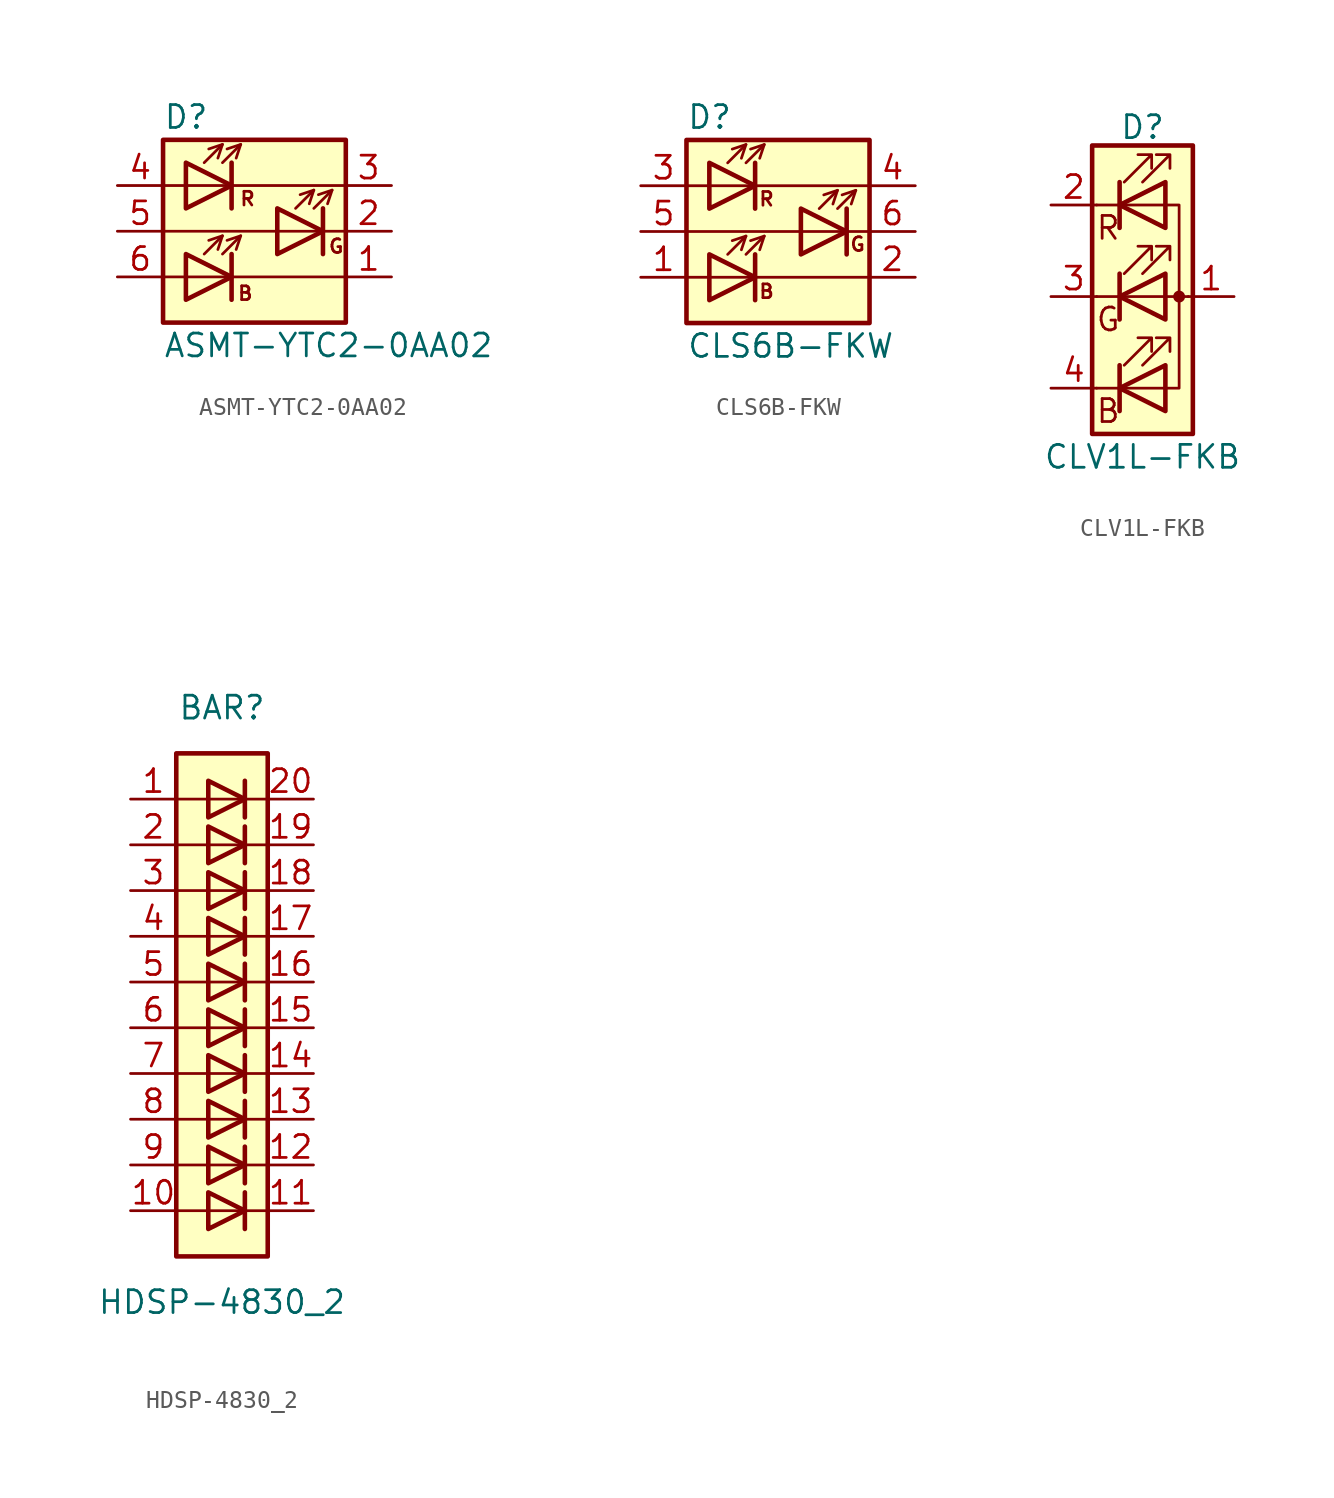
<source format=kicad_sym>
(kicad_symbol_lib
  (version 20220914)
  (generator kicad_symbol_editor)
  (symbol "ASMT-YTC2-0AA02"
    (pin_names hide)
    (property "Reference" "D"
      (at -5.08 6.35 0)
      (effects (font (size 1.27 1.27)) (justify left)))
    (property "Value" "ASMT-YTC2-0AA02"
      (at -5.08 -6.35 0)
      (effects (font (size 1.27 1.27)) (justify left)))
    (symbol "ASMT-YTC2-0AA02_0_0"
      (text "B" (at -0.508 -3.454 0) (effects (font (size 0.762 0.762))))
      (text "G" (at 4.547 -0.838 0) (effects (font (size 0.762 0.762))))
      (text "R" (at -0.381 1.803 0) (effects (font (size 0.762 0.762)))))
    (symbol "ASMT-YTC2-0AA02_0_1"
      (rectangle (start -5.08 5.08) (end 5.08 -5.08) (stroke (width 0.254) (type solid)) (fill (type background)))
      (polyline (pts (xy -5.08 -2.54) (xy 5.08 -2.54)) (stroke (width 0) (type solid)) (fill (type none)))
      (polyline (pts (xy -5.08 0) (xy 5.08 0)) (stroke (width 0) (type solid)) (fill (type none)))
      (polyline (pts (xy -5.08 2.54) (xy 5.08 2.54)) (stroke (width 0) (type solid)) (fill (type none)))
      (polyline (pts (xy -2.794 -1.27) (xy -1.778 -0.254)) (stroke (width 0) (type solid)) (fill (type none)))
      (polyline (pts (xy -2.794 3.81) (xy -1.778 4.826)) (stroke (width 0) (type solid)) (fill (type none)))
      (polyline (pts (xy -1.778 -1.27) (xy -0.762 -0.254)) (stroke (width 0) (type solid)) (fill (type none)))
      (polyline (pts (xy -1.778 3.81) (xy -0.762 4.826)) (stroke (width 0) (type solid)) (fill (type none)))
      (polyline (pts (xy -1.27 -1.27) (xy -1.27 -3.81)) (stroke (width 0.254) (type solid)) (fill (type none)))
      (polyline (pts (xy -1.27 3.81) (xy -1.27 1.27)) (stroke (width 0.254) (type solid)) (fill (type none)))
      (polyline (pts (xy 2.286 1.27) (xy 3.302 2.286)) (stroke (width 0) (type solid)) (fill (type none)))
      (polyline (pts (xy 3.302 1.27) (xy 4.318 2.286)) (stroke (width 0) (type solid)) (fill (type none)))
      (polyline (pts (xy 3.81 1.27) (xy 3.81 -1.27)) (stroke (width 0.254) (type solid)) (fill (type none)))
      (polyline (pts (xy -2.54 4.572) (xy -1.778 4.826) (xy -2.032 4.064)) (stroke (width 0) (type solid)) (fill (type none)))
      (polyline (pts (xy -2.032 -1.016) (xy -1.778 -0.254) (xy -2.54 -0.508)) (stroke (width 0) (type solid)) (fill (type none)))
      (polyline (pts (xy -1.524 -0.508) (xy -0.762 -0.254) (xy -1.016 -1.016)) (stroke (width 0) (type solid)) (fill (type none)))
      (polyline (pts (xy -1.524 4.572) (xy -0.762 4.826) (xy -1.016 4.064)) (stroke (width 0) (type solid)) (fill (type none)))
      (polyline (pts (xy 3.048 1.524) (xy 3.302 2.286) (xy 2.54 2.032)) (stroke (width 0) (type solid)) (fill (type none)))
      (polyline (pts (xy 3.556 2.032) (xy 4.318 2.286) (xy 4.064 1.524)) (stroke (width 0) (type solid)) (fill (type none)))
      (polyline (pts (xy -3.81 -1.27) (xy -3.81 -3.81) (xy -1.27 -2.54) (xy -3.81 -1.27)) (stroke (width 0.254) (type solid)) (fill (type none)))
      (polyline (pts (xy -3.81 3.81) (xy -3.81 1.27) (xy -1.27 2.54) (xy -3.81 3.81)) (stroke (width 0.254) (type solid)) (fill (type none)))
      (polyline (pts (xy 1.27 1.27) (xy 1.27 -1.27) (xy 3.81 0) (xy 1.27 1.27)) (stroke (width 0.254) (type solid)) (fill (type none))))
    (symbol "ASMT-YTC2-0AA02_1_1"
      (pin passive line (at 7.62 -2.54 180) (length 2.54) (name "KB" (effects (font (size 1.27 1.27)))) (number "1" (effects (font (size 1.27 1.27)))))
      (pin passive line (at 7.62 0 180) (length 2.54) (name "KG" (effects (font (size 1.27 1.27)))) (number "2" (effects (font (size 1.27 1.27)))))
      (pin passive line (at 7.62 2.54 180) (length 2.54) (name "KR" (effects (font (size 1.27 1.27)))) (number "3" (effects (font (size 1.27 1.27)))))
      (pin passive line (at -7.62 2.54 0) (length 2.54) (name "AR" (effects (font (size 1.27 1.27)))) (number "4" (effects (font (size 1.27 1.27)))))
      (pin passive line (at -7.62 0 0) (length 2.54) (name "AG" (effects (font (size 1.27 1.27)))) (number "5" (effects (font (size 1.27 1.27)))))
      (pin passive line (at -7.62 -2.54 0) (length 2.54) (name "AB" (effects (font (size 1.27 1.27)))) (number "6" (effects (font (size 1.27 1.27)))))))
  (symbol "CLS6B-FKW"
    (pin_names hide)
    (property "Reference" "D"
      (at -5.08 6.35 0)
      (effects (font (size 1.27 1.27)) (justify left)))
    (property "Value" "CLS6B-FKW"
      (at -5.08 -6.35 0)
      (effects (font (size 1.27 1.27)) (justify left)))
    (symbol "CLS6B-FKW_0_0"
      (text "B" (at -0.635 -3.327 0) (effects (font (size 0.762 0.762))))
      (text "G" (at 4.42 -0.711 0) (effects (font (size 0.762 0.762))))
      (text "R" (at -0.635 1.803 0) (effects (font (size 0.762 0.762)))))
    (symbol "CLS6B-FKW_0_1"
      (rectangle (start -5.08 5.08) (end 5.08 -5.08) (stroke (width 0.254) (type solid)) (fill (type background)))
      (polyline (pts (xy -5.08 -2.54) (xy 5.08 -2.54)) (stroke (width 0) (type solid)) (fill (type none)))
      (polyline (pts (xy -5.08 0) (xy 5.08 0)) (stroke (width 0) (type solid)) (fill (type none)))
      (polyline (pts (xy -5.08 2.54) (xy 5.08 2.54)) (stroke (width 0) (type solid)) (fill (type none)))
      (polyline (pts (xy -2.794 -1.27) (xy -1.778 -0.254)) (stroke (width 0) (type solid)) (fill (type none)))
      (polyline (pts (xy -2.794 3.81) (xy -1.778 4.826)) (stroke (width 0) (type solid)) (fill (type none)))
      (polyline (pts (xy -1.778 -1.27) (xy -0.762 -0.254)) (stroke (width 0) (type solid)) (fill (type none)))
      (polyline (pts (xy -1.778 3.81) (xy -0.762 4.826)) (stroke (width 0) (type solid)) (fill (type none)))
      (polyline (pts (xy -1.27 -1.27) (xy -1.27 -3.81)) (stroke (width 0.254) (type solid)) (fill (type none)))
      (polyline (pts (xy -1.27 3.81) (xy -1.27 1.27)) (stroke (width 0.254) (type solid)) (fill (type none)))
      (polyline (pts (xy 2.286 1.27) (xy 3.302 2.286)) (stroke (width 0) (type solid)) (fill (type none)))
      (polyline (pts (xy 3.302 1.27) (xy 4.318 2.286)) (stroke (width 0) (type solid)) (fill (type none)))
      (polyline (pts (xy 3.81 1.27) (xy 3.81 -1.27)) (stroke (width 0.254) (type solid)) (fill (type none)))
      (polyline (pts (xy -2.54 4.572) (xy -1.778 4.826) (xy -2.032 4.064)) (stroke (width 0) (type solid)) (fill (type none)))
      (polyline (pts (xy -2.032 -1.016) (xy -1.778 -0.254) (xy -2.54 -0.508)) (stroke (width 0) (type solid)) (fill (type none)))
      (polyline (pts (xy -1.524 -0.508) (xy -0.762 -0.254) (xy -1.016 -1.016)) (stroke (width 0) (type solid)) (fill (type none)))
      (polyline (pts (xy -1.524 4.572) (xy -0.762 4.826) (xy -1.016 4.064)) (stroke (width 0) (type solid)) (fill (type none)))
      (polyline (pts (xy 3.048 1.524) (xy 3.302 2.286) (xy 2.54 2.032)) (stroke (width 0) (type solid)) (fill (type none)))
      (polyline (pts (xy 3.556 2.032) (xy 4.318 2.286) (xy 4.064 1.524)) (stroke (width 0) (type solid)) (fill (type none)))
      (polyline (pts (xy -3.81 -1.27) (xy -3.81 -3.81) (xy -1.27 -2.54) (xy -3.81 -1.27)) (stroke (width 0.254) (type solid)) (fill (type none)))
      (polyline (pts (xy -3.81 3.81) (xy -3.81 1.27) (xy -1.27 2.54) (xy -3.81 3.81)) (stroke (width 0.254) (type solid)) (fill (type none)))
      (polyline (pts (xy 1.27 1.27) (xy 1.27 -1.27) (xy 3.81 0) (xy 1.27 1.27)) (stroke (width 0.254) (type solid)) (fill (type none))))
    (symbol "CLS6B-FKW_1_1"
      (pin passive line (at -7.62 -2.54 0) (length 2.54) (name "AB" (effects (font (size 1.27 1.27)))) (number "1" (effects (font (size 1.27 1.27)))))
      (pin passive line (at 7.62 -2.54 180) (length 2.54) (name "KB" (effects (font (size 1.27 1.27)))) (number "2" (effects (font (size 1.27 1.27)))))
      (pin passive line (at -7.62 2.54 0) (length 2.54) (name "AR" (effects (font (size 1.27 1.27)))) (number "3" (effects (font (size 1.27 1.27)))))
      (pin passive line (at 7.62 2.54 180) (length 2.54) (name "KR" (effects (font (size 1.27 1.27)))) (number "4" (effects (font (size 1.27 1.27)))))
      (pin passive line (at -7.62 0 0) (length 2.54) (name "AG" (effects (font (size 1.27 1.27)))) (number "5" (effects (font (size 1.27 1.27)))))
      (pin passive line (at 7.62 0 180) (length 2.54) (name "KR" (effects (font (size 1.27 1.27)))) (number "6" (effects (font (size 1.27 1.27)))))))
  (symbol "CLV1L-FKB"
    (pin_names
      (offset 0) hide)
    (property "Reference" "D"
      (at 0 9.398 0)
      (effects (font (size 1.27 1.27))))
    (property "Value" "CLV1L-FKB"
      (at 0 -8.89 0)
      (effects (font (size 1.27 1.27))))
    (symbol "CLV1L-FKB_0_0"
      (text "B" (at -1.905 -6.35 0) (effects (font (size 1.27 1.27))))
      (text "G" (at -1.905 -1.27 0) (effects (font (size 1.27 1.27))))
      (text "R" (at -1.905 3.81 0) (effects (font (size 1.27 1.27)))))
    (symbol "CLV1L-FKB_0_1"
      (polyline (pts (xy -2.54 -5.08) (xy 1.27 -5.08)) (stroke (width 0) (type solid)) (fill (type none)))
      (polyline (pts (xy -1.27 -3.81) (xy -1.27 -6.35)) (stroke (width 0.254) (type solid)) (fill (type none)))
      (polyline (pts (xy -1.27 1.27) (xy -1.27 -1.27)) (stroke (width 0.254) (type solid)) (fill (type none)))
      (polyline (pts (xy -1.27 6.35) (xy -1.27 3.81)) (stroke (width 0.254) (type solid)) (fill (type none)))
      (polyline (pts (xy 1.27 5.08) (xy -2.54 5.08)) (stroke (width 0) (type solid)) (fill (type none)))
      (polyline (pts (xy 2.54 0) (xy -2.54 0)) (stroke (width 0) (type solid)) (fill (type none)))
      (polyline (pts (xy 1.27 -5.08) (xy 2.032 -5.08) (xy 2.032 5.08) (xy 1.27 5.08)) (stroke (width 0) (type solid)) (fill (type none)))
      (polyline (pts (xy 1.27 -3.81) (xy 1.27 -6.35) (xy -1.27 -5.08) (xy 1.27 -3.81)) (stroke (width 0.254) (type solid)) (fill (type none)))
      (polyline (pts (xy 1.27 1.27) (xy 1.27 -1.27) (xy -1.27 0) (xy 1.27 1.27)) (stroke (width 0.254) (type solid)) (fill (type none)))
      (polyline (pts (xy 1.27 6.35) (xy 1.27 3.81) (xy -1.27 5.08) (xy 1.27 6.35)) (stroke (width 0.254) (type solid)) (fill (type none)))
      (polyline (pts (xy -1.016 -3.81) (xy 0.508 -2.286) (xy -0.254 -2.286) (xy 0.508 -2.286) (xy 0.508 -3.048)) (stroke (width 0) (type solid)) (fill (type none)))
      (polyline (pts (xy -1.016 1.27) (xy 0.508 2.794) (xy -0.254 2.794) (xy 0.508 2.794) (xy 0.508 2.032)) (stroke (width 0) (type solid)) (fill (type none)))
      (polyline (pts (xy -1.016 6.35) (xy 0.508 7.874) (xy -0.254 7.874) (xy 0.508 7.874) (xy 0.508 7.112)) (stroke (width 0) (type solid)) (fill (type none)))
      (polyline (pts (xy 0 -3.81) (xy 1.524 -2.286) (xy 0.762 -2.286) (xy 1.524 -2.286) (xy 1.524 -3.048)) (stroke (width 0) (type solid)) (fill (type none)))
      (polyline (pts (xy 0 1.27) (xy 1.524 2.794) (xy 0.762 2.794) (xy 1.524 2.794) (xy 1.524 2.032)) (stroke (width 0) (type solid)) (fill (type none)))
      (polyline (pts (xy 0 6.35) (xy 1.524 7.874) (xy 0.762 7.874) (xy 1.524 7.874) (xy 1.524 7.112)) (stroke (width 0) (type solid)) (fill (type none)))
      (rectangle (start 1.27 6.35) (end 1.27 6.35) (stroke (width 0) (type solid)) (fill (type none)))
      (circle (center 2.032 0) (radius 0.254) (stroke (width 0) (type solid)) (fill (type outline)))
      (rectangle (start 2.794 8.382) (end -2.794 -7.62) (stroke (width 0.254) (type solid)) (fill (type background))))
    (symbol "CLV1L-FKB_1_1"
      (pin passive line (at 5.08 0 180) (length 2.54) (name "A" (effects (font (size 1.27 1.27)))) (number "1" (effects (font (size 1.27 1.27)))))
      (pin passive line (at -5.08 5.08 0) (length 2.54) (name "RK" (effects (font (size 1.27 1.27)))) (number "2" (effects (font (size 1.27 1.27)))))
      (pin passive line (at -5.08 0 0) (length 2.54) (name "GK" (effects (font (size 1.27 1.27)))) (number "3" (effects (font (size 1.27 1.27)))))
      (pin passive line (at -5.08 -5.08 0) (length 2.54) (name "BK" (effects (font (size 1.27 1.27)))) (number "4" (effects (font (size 1.27 1.27)))))))
  (symbol "HDSP-4830_2"
    (pin_names
      (offset 1.016) hide)
    (property "Reference" "BAR"
      (at 0 15.24 0)
      (effects (font (size 1.27 1.27))))
    (property "Value" "HDSP-4830_2"
      (at 0 -17.78 0)
      (effects (font (size 1.27 1.27))))
    (symbol "HDSP-4830_2_0_1"
      (rectangle (start -2.54 12.7) (end 2.54 -15.24) (stroke (width 0.254) (type solid)) (fill (type background)))
      (polyline (pts (xy -2.54 -12.7) (xy 2.54 -12.7)) (stroke (width 0) (type solid)) (fill (type none)))
      (polyline (pts (xy -2.54 -10.16) (xy 2.54 -10.16)) (stroke (width 0) (type solid)) (fill (type none)))
      (polyline (pts (xy -2.54 -7.62) (xy 2.54 -7.62)) (stroke (width 0) (type solid)) (fill (type none)))
      (polyline (pts (xy -2.54 -5.08) (xy 2.54 -5.08)) (stroke (width 0) (type solid)) (fill (type none)))
      (polyline (pts (xy -2.54 0) (xy 2.54 0)) (stroke (width 0) (type solid)) (fill (type none)))
      (polyline (pts (xy -2.54 5.08) (xy 2.54 5.08)) (stroke (width 0) (type solid)) (fill (type none)))
      (polyline (pts (xy -2.54 7.62) (xy 2.54 7.62)) (stroke (width 0) (type solid)) (fill (type none)))
      (polyline (pts (xy -2.54 10.16) (xy 2.54 10.16)) (stroke (width 0) (type solid)) (fill (type none)))
      (polyline (pts (xy 1.27 -11.684) (xy 1.27 -13.716)) (stroke (width 0.254) (type solid)) (fill (type none)))
      (polyline (pts (xy 1.27 -9.144) (xy 1.27 -11.176)) (stroke (width 0.254) (type solid)) (fill (type none)))
      (polyline (pts (xy 1.27 -6.604) (xy 1.27 -8.636)) (stroke (width 0.254) (type solid)) (fill (type none)))
      (polyline (pts (xy 1.27 -4.064) (xy 1.27 -6.096)) (stroke (width 0.254) (type solid)) (fill (type none)))
      (polyline (pts (xy 1.27 -1.524) (xy 1.27 -3.556)) (stroke (width 0.254) (type solid)) (fill (type none)))
      (polyline (pts (xy 1.27 1.016) (xy 1.27 -1.016)) (stroke (width 0.254) (type solid)) (fill (type none)))
      (polyline (pts (xy 1.27 3.556) (xy 1.27 1.524)) (stroke (width 0.254) (type solid)) (fill (type none)))
      (polyline (pts (xy 1.27 6.096) (xy 1.27 4.064)) (stroke (width 0.254) (type solid)) (fill (type none)))
      (polyline (pts (xy 1.27 8.636) (xy 1.27 6.604)) (stroke (width 0.254) (type solid)) (fill (type none)))
      (polyline (pts (xy 1.27 11.176) (xy 1.27 9.144)) (stroke (width 0.254) (type solid)) (fill (type none)))
      (polyline (pts (xy 2.54 -2.54) (xy -2.54 -2.54)) (stroke (width 0) (type solid)) (fill (type none)))
      (polyline (pts (xy 2.54 2.54) (xy -2.54 2.54)) (stroke (width 0) (type solid)) (fill (type none)))
      (polyline (pts (xy -0.762 -11.684) (xy -0.762 -13.716) (xy 1.27 -12.7) (xy -0.762 -11.684)) (stroke (width 0.254) (type solid)) (fill (type none)))
      (polyline (pts (xy -0.762 -9.144) (xy -0.762 -11.176) (xy 1.27 -10.16) (xy -0.762 -9.144)) (stroke (width 0.254) (type solid)) (fill (type none)))
      (polyline (pts (xy -0.762 -6.604) (xy -0.762 -8.636) (xy 1.27 -7.62) (xy -0.762 -6.604)) (stroke (width 0.254) (type solid)) (fill (type none)))
      (polyline (pts (xy -0.762 -4.064) (xy -0.762 -6.096) (xy 1.27 -5.08) (xy -0.762 -4.064)) (stroke (width 0.254) (type solid)) (fill (type none)))
      (polyline (pts (xy -0.762 -1.524) (xy -0.762 -3.556) (xy 1.27 -2.54) (xy -0.762 -1.524)) (stroke (width 0.254) (type solid)) (fill (type none)))
      (polyline (pts (xy -0.762 1.016) (xy -0.762 -1.016) (xy 1.27 0) (xy -0.762 1.016)) (stroke (width 0.254) (type solid)) (fill (type none)))
      (polyline (pts (xy -0.762 3.556) (xy -0.762 1.524) (xy 1.27 2.54) (xy -0.762 3.556)) (stroke (width 0.254) (type solid)) (fill (type none)))
      (polyline (pts (xy -0.762 6.096) (xy -0.762 4.064) (xy 1.27 5.08) (xy -0.762 6.096)) (stroke (width 0.254) (type solid)) (fill (type none)))
      (polyline (pts (xy -0.762 8.636) (xy -0.762 6.604) (xy 1.27 7.62) (xy -0.762 8.636)) (stroke (width 0.254) (type solid)) (fill (type none)))
      (polyline (pts (xy -0.762 11.176) (xy -0.762 9.144) (xy 1.27 10.16) (xy -0.762 11.176)) (stroke (width 0.254) (type solid)) (fill (type none))))
    (symbol "HDSP-4830_2_1_1"
      (pin passive line (at -5.08 10.16 0) (length 2.54) (name "A" (effects (font (size 1.27 1.27)))) (number "1" (effects (font (size 1.27 1.27)))))
      (pin passive line (at -5.08 -12.7 0) (length 2.54) (name "A" (effects (font (size 1.27 1.27)))) (number "10" (effects (font (size 1.27 1.27)))))
      (pin passive line (at 5.08 -12.7 180) (length 2.54) (name "K" (effects (font (size 1.27 1.27)))) (number "11" (effects (font (size 1.27 1.27)))))
      (pin passive line (at 5.08 -10.16 180) (length 2.54) (name "K" (effects (font (size 1.27 1.27)))) (number "12" (effects (font (size 1.27 1.27)))))
      (pin passive line (at 5.08 -7.62 180) (length 2.54) (name "K" (effects (font (size 1.27 1.27)))) (number "13" (effects (font (size 1.27 1.27)))))
      (pin passive line (at 5.08 -5.08 180) (length 2.54) (name "K" (effects (font (size 1.27 1.27)))) (number "14" (effects (font (size 1.27 1.27)))))
      (pin passive line (at 5.08 -2.54 180) (length 2.54) (name "K" (effects (font (size 1.27 1.27)))) (number "15" (effects (font (size 1.27 1.27)))))
      (pin passive line (at 5.08 0 180) (length 2.54) (name "K" (effects (font (size 1.27 1.27)))) (number "16" (effects (font (size 1.27 1.27)))))
      (pin passive line (at 5.08 2.54 180) (length 2.54) (name "K" (effects (font (size 1.27 1.27)))) (number "17" (effects (font (size 1.27 1.27)))))
      (pin passive line (at 5.08 5.08 180) (length 2.54) (name "K" (effects (font (size 1.27 1.27)))) (number "18" (effects (font (size 1.27 1.27)))))
      (pin passive line (at 5.08 7.62 180) (length 2.54) (name "K" (effects (font (size 1.27 1.27)))) (number "19" (effects (font (size 1.27 1.27)))))
      (pin passive line (at -5.08 7.62 0) (length 2.54) (name "A" (effects (font (size 1.27 1.27)))) (number "2" (effects (font (size 1.27 1.27)))))
      (pin passive line (at 5.08 10.16 180) (length 2.54) (name "K" (effects (font (size 1.27 1.27)))) (number "20" (effects (font (size 1.27 1.27)))))
      (pin passive line (at -5.08 5.08 0) (length 2.54) (name "A" (effects (font (size 1.27 1.27)))) (number "3" (effects (font (size 1.27 1.27)))))
      (pin passive line (at -5.08 2.54 0) (length 2.54) (name "A" (effects (font (size 1.27 1.27)))) (number "4" (effects (font (size 1.27 1.27)))))
      (pin passive line (at -5.08 0 0) (length 2.54) (name "A" (effects (font (size 1.27 1.27)))) (number "5" (effects (font (size 1.27 1.27)))))
      (pin passive line (at -5.08 -2.54 0) (length 2.54) (name "A" (effects (font (size 1.27 1.27)))) (number "6" (effects (font (size 1.27 1.27)))))
      (pin passive line (at -5.08 -5.08 0) (length 2.54) (name "A" (effects (font (size 1.27 1.27)))) (number "7" (effects (font (size 1.27 1.27)))))
      (pin passive line (at -5.08 -7.62 0) (length 2.54) (name "A" (effects (font (size 1.27 1.27)))) (number "8" (effects (font (size 1.27 1.27)))))
      (pin passive line (at -5.08 -10.16 0) (length 2.54) (name "A" (effects (font (size 1.27 1.27)))) (number "9" (effects (font (size 1.27 1.27))))))))
</source>
